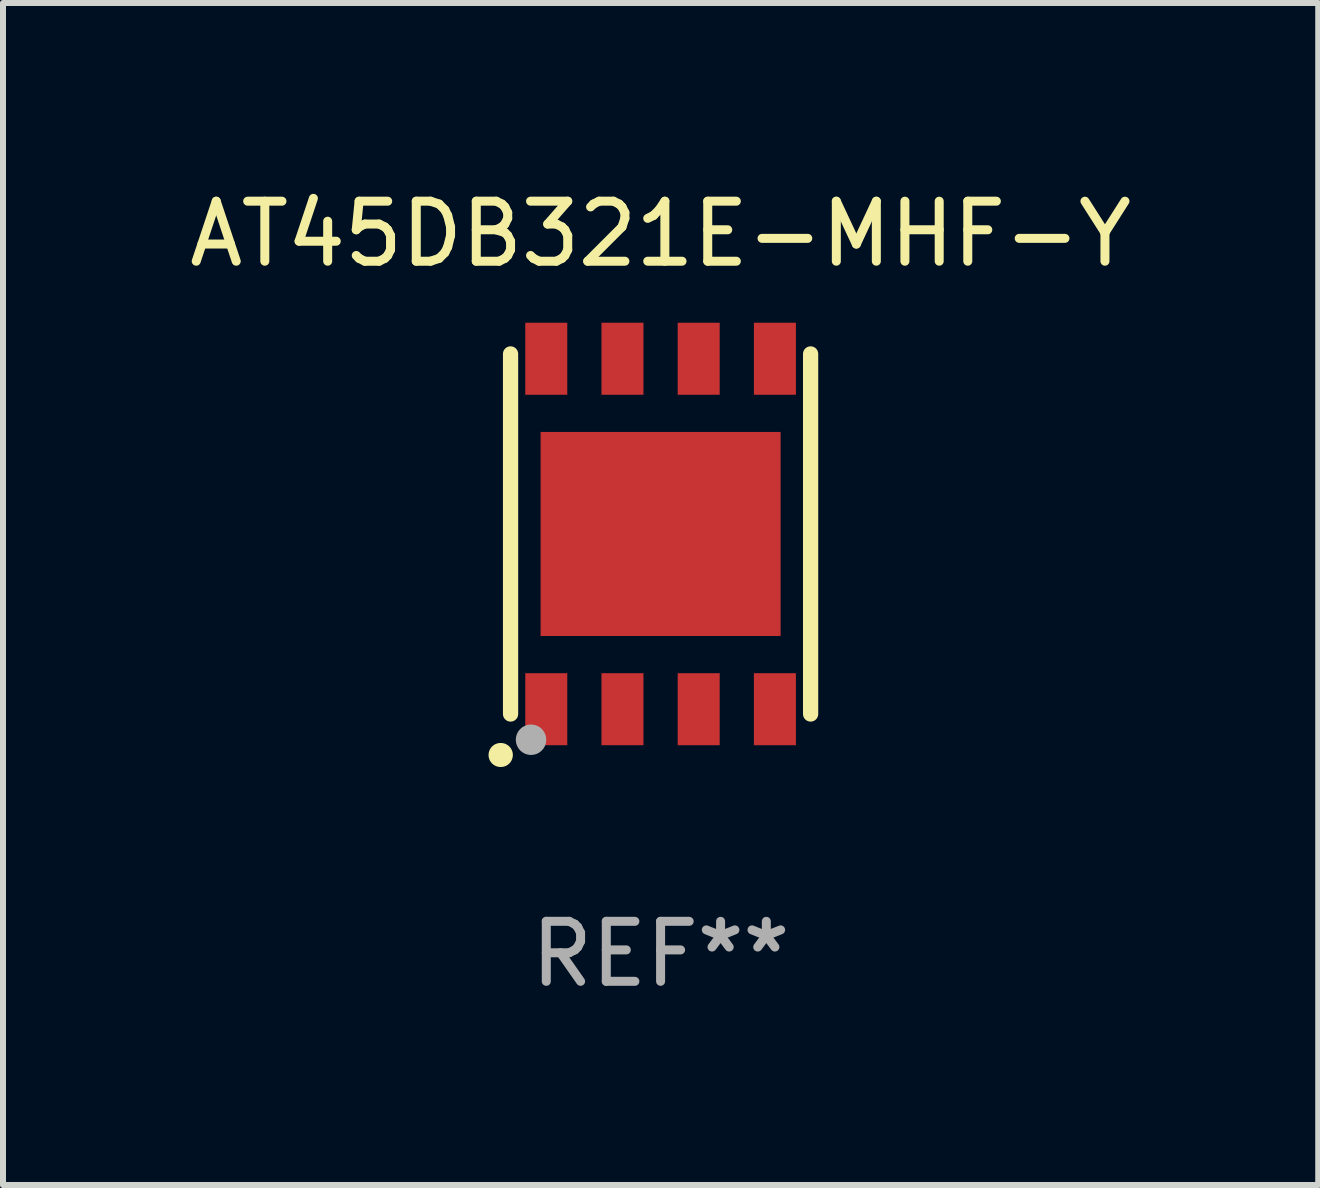
<source format=kicad_pcb>
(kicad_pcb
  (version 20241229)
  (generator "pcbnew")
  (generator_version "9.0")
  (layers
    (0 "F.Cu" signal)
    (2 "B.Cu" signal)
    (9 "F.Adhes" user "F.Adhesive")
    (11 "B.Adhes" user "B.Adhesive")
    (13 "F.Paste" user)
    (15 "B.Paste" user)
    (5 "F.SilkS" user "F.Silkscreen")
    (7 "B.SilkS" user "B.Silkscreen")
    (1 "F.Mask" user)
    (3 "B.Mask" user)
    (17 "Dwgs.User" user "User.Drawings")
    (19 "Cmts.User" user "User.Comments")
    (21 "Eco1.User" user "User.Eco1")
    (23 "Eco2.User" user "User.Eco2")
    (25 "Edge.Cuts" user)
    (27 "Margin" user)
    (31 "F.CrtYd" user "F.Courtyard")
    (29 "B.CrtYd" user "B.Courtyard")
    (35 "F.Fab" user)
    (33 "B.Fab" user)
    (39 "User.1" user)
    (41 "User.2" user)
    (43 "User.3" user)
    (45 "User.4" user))
  (footprint "AT45DB321E-MHF-Y"
    (layer "F.Cu")
    (at 7.958 5.848)
    (property "Reference" "AT45DB321E-MHF-Y" (at 0 -5 0) (layer "F.SilkS") (effects (font (size 1 1) (thickness 0.15))))
    (attr through_hole)
    (fp_line (start -2.5 -3) (end -2.5 3) (stroke (width 0.254) (type solid)) (layer "F.SilkS"))
    (fp_line (start 2.5 -3) (end 2.5 3) (stroke (width 0.254) (type solid)) (layer "F.SilkS"))
    (fp_arc (start -2.667005 3.683007) (mid -2.664465 3.682991) (end -2.661925 3.683007) (stroke (width 0.4) (type solid)) (layer "F.SilkS"))
    (fp_circle (center -2.5 3) (end -2.47 3) (stroke (width 0.06) (type solid)) (fill no) (layer "F.SilkS"))
    (fp_circle (center -2.159 3.429) (end -2.032 3.429) (stroke (width 0.254) (type solid)) (fill no) (layer "F.Fab"))
    (fp_text user "REF**" (at 0 7 0) (layer "F.Fab") (effects (font (size 1 1) (thickness 0.15))))
    (pad "1" smd rect (at -1.905 2.92 90) (size 1.2 0.7) (layers "F.Cu" "F.Mask" "F.Paste"))
    (pad "2" smd rect (at -0.635 2.92 90) (size 1.2 0.7) (layers "F.Cu" "F.Mask" "F.Paste"))
    (pad "3" smd rect (at 0.635 2.92 90) (size 1.2 0.7) (layers "F.Cu" "F.Mask" "F.Paste"))
    (pad "4" smd rect (at 1.905 2.92 90) (size 1.2 0.7) (layers "F.Cu" "F.Mask" "F.Paste"))
    (pad "5" smd rect (at 1.905 -2.92 90) (size 1.2 0.7) (layers "F.Cu" "F.Mask" "F.Paste"))
    (pad "6" smd rect (at 0.635 -2.92 90) (size 1.2 0.7) (layers "F.Cu" "F.Mask" "F.Paste"))
    (pad "7" smd rect (at -0.635 -2.92 90) (size 1.2 0.7) (layers "F.Cu" "F.Mask" "F.Paste"))
    (pad "8" smd rect (at -1.905 -2.92 90) (size 1.2 0.7) (layers "F.Cu" "F.Mask" "F.Paste"))
    (pad "9" smd rect (at 0 0 90) (size 3.4 4) (layers "F.Cu" "F.Mask" "F.Paste")))
  (gr_rect
    (start -3 -3)
    (end 18.917 16.697)
    (stroke (width 0.1) (type default))
    (fill no)
    (layer "Edge.Cuts")))
</source>
